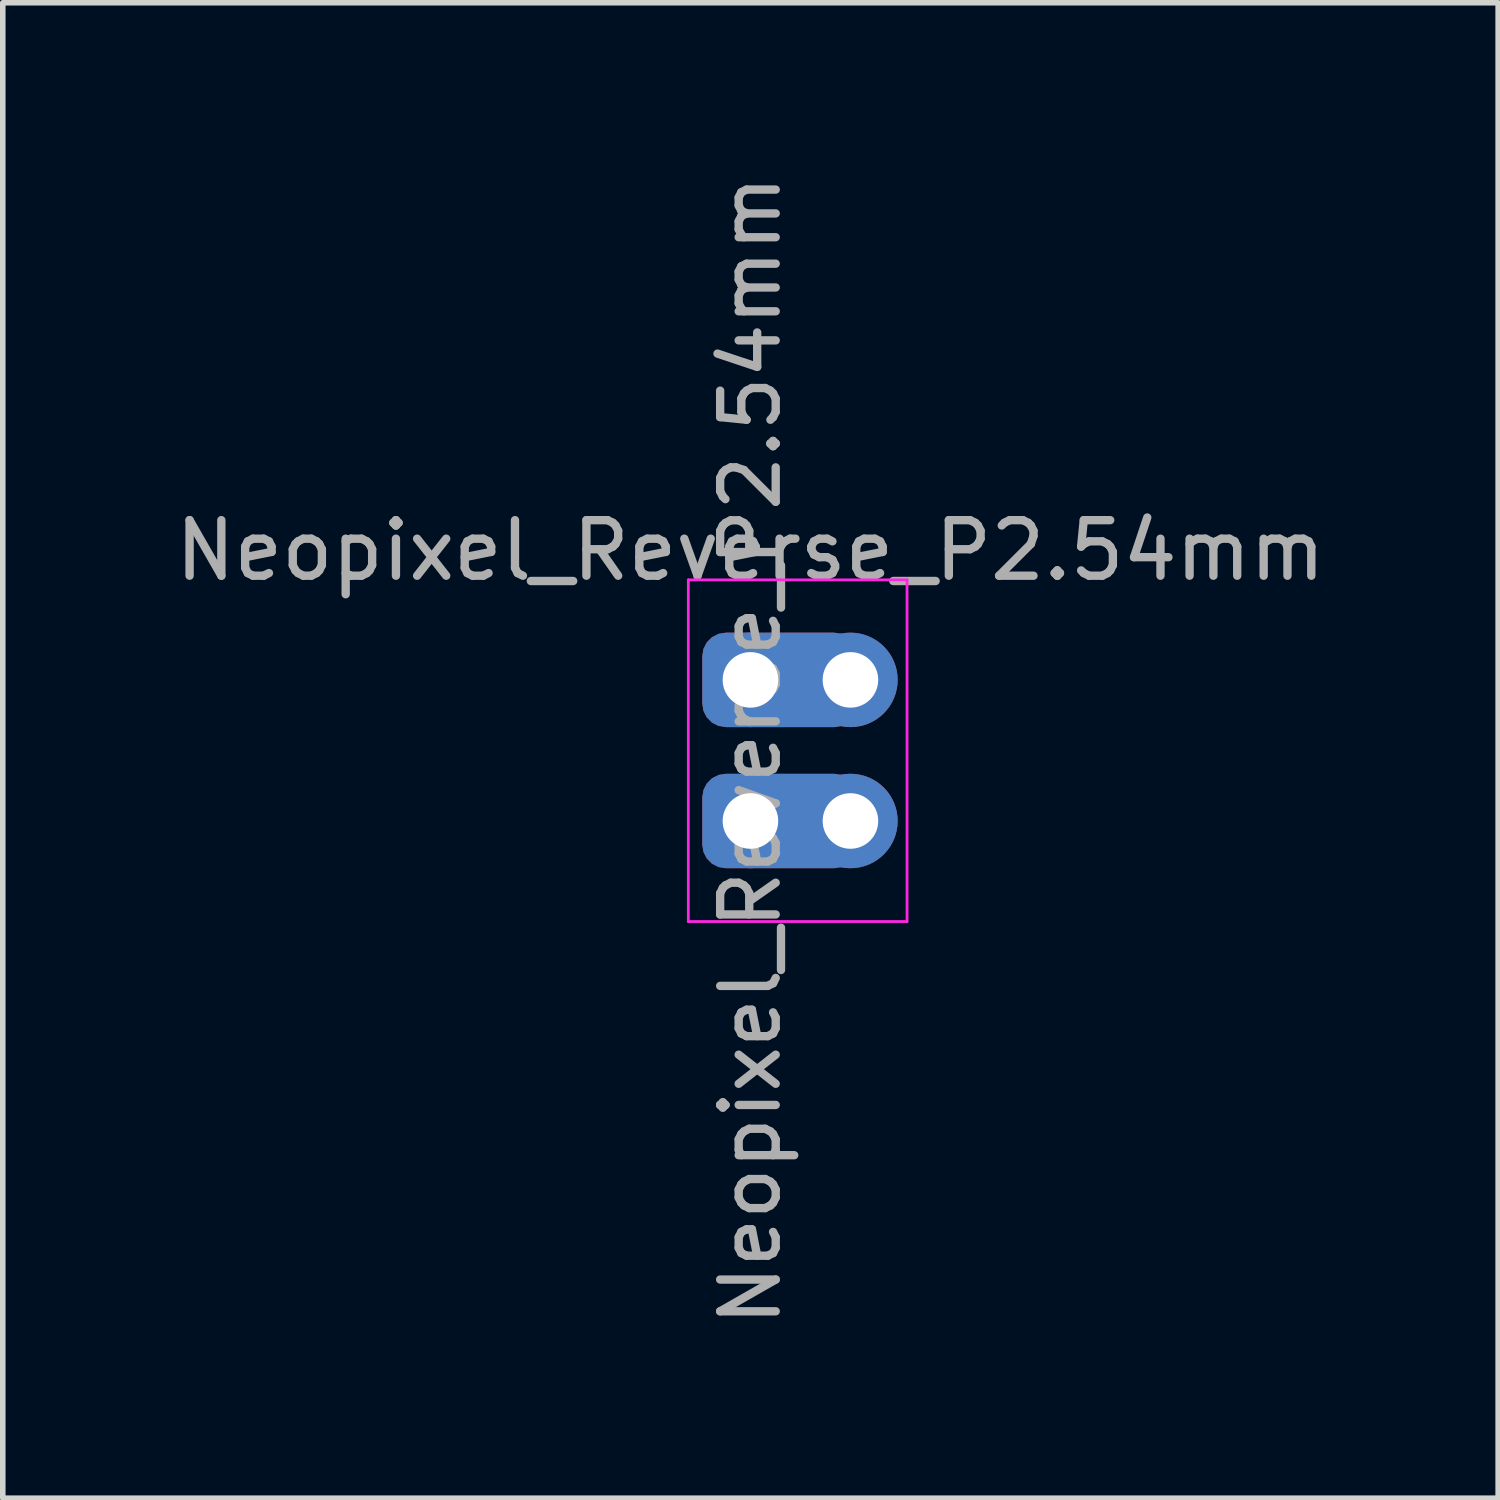
<source format=kicad_pcb>
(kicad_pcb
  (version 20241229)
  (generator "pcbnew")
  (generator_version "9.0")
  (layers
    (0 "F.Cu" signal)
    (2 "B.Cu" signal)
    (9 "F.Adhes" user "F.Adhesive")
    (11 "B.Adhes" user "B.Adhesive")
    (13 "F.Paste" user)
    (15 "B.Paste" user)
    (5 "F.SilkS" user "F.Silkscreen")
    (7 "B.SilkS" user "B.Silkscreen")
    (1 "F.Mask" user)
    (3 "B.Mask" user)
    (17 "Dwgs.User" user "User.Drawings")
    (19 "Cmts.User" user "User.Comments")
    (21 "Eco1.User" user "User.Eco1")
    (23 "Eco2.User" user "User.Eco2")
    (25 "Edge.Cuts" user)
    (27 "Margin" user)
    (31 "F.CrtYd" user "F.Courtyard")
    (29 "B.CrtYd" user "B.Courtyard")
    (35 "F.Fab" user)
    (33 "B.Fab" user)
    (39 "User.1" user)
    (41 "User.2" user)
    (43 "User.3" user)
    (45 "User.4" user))
  (footprint "Neopixel_Reverse_P2.54mm"
    (layer "F.Cu")
    (at 10.458 9.188)
    (property "Reference" "Neopixel_Reverse_P2.54mm" (at 0 -2.33 0) (layer "F.Fab") (effects (font (size 1 1) (thickness 0.15))))
    (attr through_hole)
    (fp_line (start -1.118 -1.8) (end -1.118 4.35) (stroke (width 0.05) (type solid)) (layer "F.CrtYd"))
    (fp_line (start -1.118 4.35) (end 2.819 4.35) (stroke (width 0.05) (type solid)) (layer "F.CrtYd"))
    (fp_line (start 2.819 -1.8) (end -1.118 -1.8) (stroke (width 0.05) (type solid)) (layer "F.CrtYd"))
    (fp_line (start 2.819 4.35) (end 2.819 -1.8) (stroke (width 0.05) (type solid)) (layer "F.CrtYd"))
    (fp_text user "${REFERENCE}" (at 0 1.27 90) (layer "F.Fab") (effects (font (size 1 1) (thickness 0.15))))
    (pad "1" thru_hole oval (at 0 0) (size 1.7 1.7) (drill 1) (layers "*.Cu" "*.Mask"))
    (pad "1" smd roundrect (at 0.533 0) (size 2.8 1.7) (layers "F.Cu" "F.Mask") (roundrect_rratio 0.25))
    (pad "1" smd roundrect (at 0.533 0) (size 2.8 1.7) (layers "B.Cu" "B.Mask") (roundrect_rratio 0.25))
    (pad "1" thru_hole oval (at 1.8 0) (size 1.7 1.7) (drill 1) (layers "*.Cu" "*.Mask"))
    (pad "2" thru_hole oval (at 0 2.54) (size 1.7 1.7) (drill 1) (layers "*.Cu" "*.Mask"))
    (pad "2" smd roundrect (at 0.533 2.54) (size 2.8 1.7) (layers "F.Cu" "F.Mask") (roundrect_rratio 0.25))
    (pad "2" smd roundrect (at 0.533 2.54) (size 2.8 1.7) (layers "B.Cu" "B.Mask") (roundrect_rratio 0.25))
    (pad "2" thru_hole oval (at 1.8 2.54) (size 1.7 1.7) (drill 1) (layers "*.Cu" "*.Mask")))
  (gr_rect
    (start -3 -3)
    (end 23.917 23.917)
    (stroke (width 0.1) (type default))
    (fill no)
    (layer "Edge.Cuts")))
</source>
